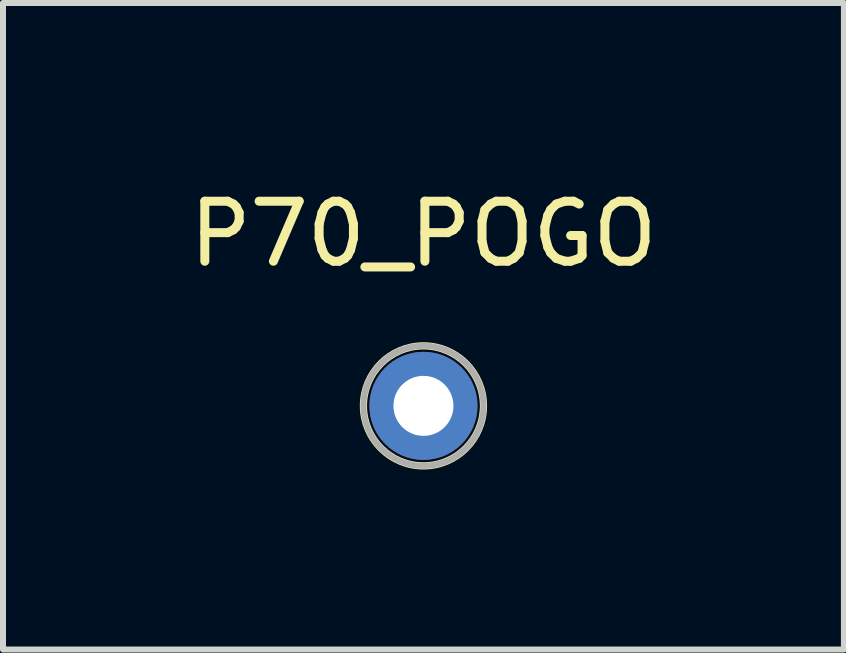
<source format=kicad_pcb>
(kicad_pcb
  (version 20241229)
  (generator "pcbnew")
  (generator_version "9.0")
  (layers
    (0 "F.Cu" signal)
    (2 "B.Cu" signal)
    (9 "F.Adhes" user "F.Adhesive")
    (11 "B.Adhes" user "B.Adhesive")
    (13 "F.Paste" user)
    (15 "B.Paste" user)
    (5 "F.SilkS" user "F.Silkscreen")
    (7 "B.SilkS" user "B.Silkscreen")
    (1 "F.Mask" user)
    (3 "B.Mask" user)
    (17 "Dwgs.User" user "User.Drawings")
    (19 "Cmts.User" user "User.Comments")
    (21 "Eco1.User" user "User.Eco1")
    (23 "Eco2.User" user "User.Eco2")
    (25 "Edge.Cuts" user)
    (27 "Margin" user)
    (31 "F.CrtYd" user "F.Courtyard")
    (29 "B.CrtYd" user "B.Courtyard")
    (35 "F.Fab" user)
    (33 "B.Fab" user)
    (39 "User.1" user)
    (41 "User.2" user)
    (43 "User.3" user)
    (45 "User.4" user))
  (footprint "P70_POGO"
    (layer "F.Cu")
    (at 4.006 3.713)
    (property "Reference" "P70_POGO" (at 0 -2.865 0) (layer "F.SilkS") (effects (font (size 1 1) (thickness 0.15))))
    (attr through_hole)
    (fp_circle (center 0 0) (end 1 0) (stroke (width 0.12) (type solid)) (fill no) (layer "F.SilkS"))
    (fp_circle (center 0 0) (end 1 0) (stroke (width 0.1) (type solid)) (fill no) (layer "F.Fab"))
    (pad "1" thru_hole circle (at 0 0) (size 1.8 1.8) (drill 1) (layers "*.Cu" "*.Mask")))
  (gr_rect
    (start -3 -3)
    (end 11.012 7.773)
    (stroke (width 0.1) (type default))
    (fill no)
    (layer "Edge.Cuts")))
</source>
